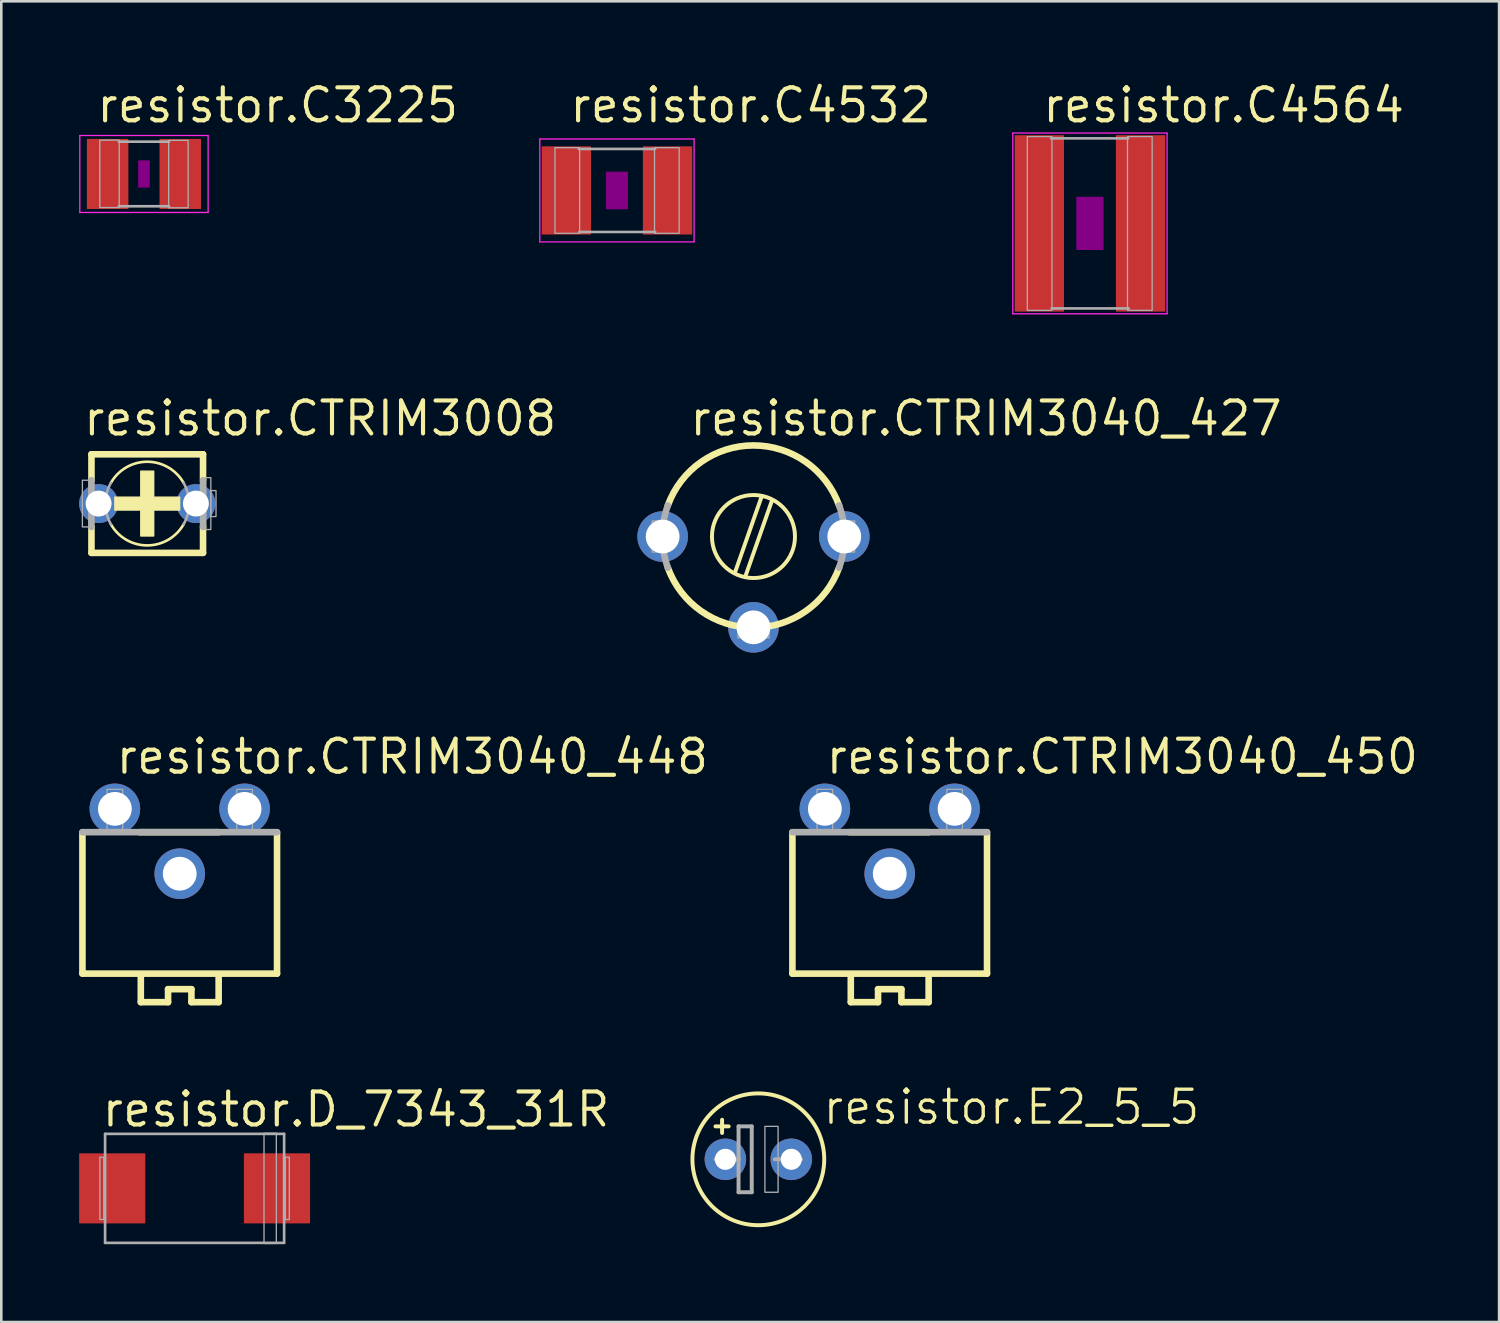
<source format=kicad_pcb>
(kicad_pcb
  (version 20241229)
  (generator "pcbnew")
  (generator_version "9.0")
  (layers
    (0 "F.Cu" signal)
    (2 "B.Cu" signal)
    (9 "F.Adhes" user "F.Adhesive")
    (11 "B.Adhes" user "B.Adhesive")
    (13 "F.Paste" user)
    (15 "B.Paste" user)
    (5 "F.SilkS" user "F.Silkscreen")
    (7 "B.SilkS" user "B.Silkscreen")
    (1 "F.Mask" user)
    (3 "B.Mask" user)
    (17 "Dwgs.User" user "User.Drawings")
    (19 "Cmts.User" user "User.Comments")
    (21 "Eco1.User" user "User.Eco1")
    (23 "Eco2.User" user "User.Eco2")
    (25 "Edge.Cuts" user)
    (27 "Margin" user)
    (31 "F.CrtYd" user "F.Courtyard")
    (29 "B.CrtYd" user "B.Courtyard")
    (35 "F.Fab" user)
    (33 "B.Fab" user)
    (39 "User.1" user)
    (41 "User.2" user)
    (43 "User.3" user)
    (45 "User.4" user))
  (footprint "resistor.CTRIM3040_427"
    (layer "F.Cu")
    (at 25.989 17.628)
    (property "Reference" "resistor.CTRIM3040_427" (at -2.54 -3.81 0) (layer "F.SilkS") (effects (font (size 1.27 1.27) (thickness 0.16)) (justify left bottom)))
    (attr through_hole)
    (fp_line (start -0.3 1.5) (end 0.7 -1.35) (stroke (width 0.152) (type default)) (layer "F.SilkS"))
    (fp_line (start 0.3 -1.5) (end -0.7 1.35) (stroke (width 0.152) (type default)) (layer "F.SilkS"))
    (fp_arc (start -3.3 -1.2) (mid 0 -3.51141) (end 3.3 -1.2) (stroke (width 0.254) (type default)) (layer "F.SilkS"))
    (fp_arc (start 3.3 1.2) (mid 0 3.51141) (end -3.3 1.2) (stroke (width 0.254) (type default)) (layer "F.SilkS"))
    (fp_circle (center 0 0) (end 1.6 0) (stroke (width 0.152) (type default)) (fill no) (layer "F.SilkS"))
    (fp_rect (start -3.9 0.6) (end -3.5 -0.6) (stroke (width 0.05) (type default)) (fill no) (layer "F.Fab"))
    (fp_rect (start -0.6 3.9) (end 0.6 3.5) (stroke (width 0.05) (type default)) (fill no) (layer "F.Fab"))
    (fp_rect (start 3.5 0.6) (end 3.9 -0.6) (stroke (width 0.05) (type default)) (fill no) (layer "F.Fab"))
    (fp_arc (start -3.3 1.2) (mid -3.51141 0) (end -3.3 -1.2) (stroke (width 0.254) (type default)) (layer "F.Fab"))
    (fp_arc (start 3.3 -1.2) (mid 3.51141 0) (end 3.3 1.2) (stroke (width 0.254) (type default)) (layer "F.Fab"))
    (pad "1A" thru_hole circle (at -3.5 0) (size 1.95 1.95) (drill 1.3) (layers "*.Cu" "*.Mask"))
    (pad "1B" thru_hole circle (at 3.5 0) (size 1.95 1.95) (drill 1.3) (layers "*.Cu" "*.Mask"))
    (pad "2" thru_hole circle (at 0 3.5) (size 1.95 1.95) (drill 1.3) (layers "*.Cu" "*.Mask")))
  (footprint "resistor.C4532"
    (layer "F.Cu")
    (at 20.727 4.29)
    (property "Reference" "resistor.C4532" (at -1.905 -2.54 0) (layer "F.SilkS") (effects (font (size 1.27 1.27) (thickness 0.16)) (justify left bottom)))
    (attr smd)
    (fp_rect (start -0.4 0.7) (end 0.4 -0.7) (stroke (width 0.05) (type default)) (fill yes) (layer "F.Adhes"))
    (fp_line (start -2.973 -1.983) (end 2.973 -1.983) (stroke (width 0.051) (type default)) (layer "F.CrtYd"))
    (fp_line (start -2.973 1.983) (end -2.973 -1.983) (stroke (width 0.051) (type default)) (layer "F.CrtYd"))
    (fp_line (start 2.973 -1.983) (end 2.973 1.983) (stroke (width 0.051) (type default)) (layer "F.CrtYd"))
    (fp_line (start 2.973 1.983) (end -2.973 1.983) (stroke (width 0.051) (type default)) (layer "F.CrtYd"))
    (fp_line (start -1.473 -1.6) (end 1.473 -1.6) (stroke (width 0.102) (type default)) (layer "F.Fab"))
    (fp_line (start -1.448 1.6) (end 1.473 1.6) (stroke (width 0.102) (type default)) (layer "F.Fab"))
    (fp_rect (start -2.388 1.651) (end -1.438 -1.649) (stroke (width 0.05) (type default)) (fill no) (layer "F.Fab"))
    (fp_rect (start 1.448 1.651) (end 2.398 -1.649) (stroke (width 0.05) (type default)) (fill no) (layer "F.Fab"))
    (pad "1" smd roundrect (at -1.95 0) (size 1.9 3.4) (layers "F.Cu" "F.Mask" "F.Paste") (roundrect_rratio 0.01))
    (pad "2" smd roundrect (at 1.95 0) (size 1.9 3.4) (layers "F.Cu" "F.Mask" "F.Paste") (roundrect_rratio 0.01)))
  (footprint "resistor.C4564"
    (layer "F.Cu")
    (at 38.956 5.56)
    (property "Reference" "resistor.C4564" (at -1.905 -3.81 0) (layer "F.SilkS") (effects (font (size 1.27 1.27) (thickness 0.16)) (justify left bottom)))
    (attr smd)
    (fp_rect (start -0.5 1) (end 0.5 -1) (stroke (width 0.05) (type default)) (fill yes) (layer "F.Adhes"))
    (fp_line (start -2.973 -3.483) (end 2.973 -3.483) (stroke (width 0.051) (type default)) (layer "F.CrtYd"))
    (fp_line (start -2.973 3.483) (end -2.973 -3.483) (stroke (width 0.051) (type default)) (layer "F.CrtYd"))
    (fp_line (start 2.973 -3.483) (end 2.973 3.483) (stroke (width 0.051) (type default)) (layer "F.CrtYd"))
    (fp_line (start 2.973 3.483) (end -2.973 3.483) (stroke (width 0.051) (type default)) (layer "F.CrtYd"))
    (fp_line (start -1.499 -3.277) (end 1.473 -3.277) (stroke (width 0.102) (type default)) (layer "F.Fab"))
    (fp_line (start -1.473 3.277) (end 1.499 3.277) (stroke (width 0.102) (type default)) (layer "F.Fab"))
    (fp_rect (start -2.413 3.353) (end -1.463 -3.347) (stroke (width 0.05) (type default)) (fill no) (layer "F.Fab"))
    (fp_rect (start 1.448 3.353) (end 2.398 -3.347) (stroke (width 0.05) (type default)) (fill no) (layer "F.Fab"))
    (pad "1" smd roundrect (at -1.95 0) (size 1.9 6.8) (layers "F.Cu" "F.Mask" "F.Paste") (roundrect_rratio 0.01))
    (pad "2" smd roundrect (at 1.95 0) (size 1.9 6.8) (layers "F.Cu" "F.Mask" "F.Paste") (roundrect_rratio 0.01)))
  (footprint "resistor.C3225"
    (layer "F.Cu")
    (at 2.498 3.655)
    (property "Reference" "resistor.C3225" (at -1.905 -1.905 0) (layer "F.SilkS") (effects (font (size 1.27 1.27) (thickness 0.16)) (justify left bottom)))
    (attr smd)
    (fp_rect (start -0.2 0.5) (end 0.2 -0.5) (stroke (width 0.05) (type default)) (fill yes) (layer "F.Adhes"))
    (fp_line (start -2.473 -1.483) (end 2.473 -1.483) (stroke (width 0.051) (type default)) (layer "F.CrtYd"))
    (fp_line (start -2.473 1.483) (end -2.473 -1.483) (stroke (width 0.051) (type default)) (layer "F.CrtYd"))
    (fp_line (start 2.473 -1.483) (end 2.473 1.483) (stroke (width 0.051) (type default)) (layer "F.CrtYd"))
    (fp_line (start 2.473 1.483) (end -2.473 1.483) (stroke (width 0.051) (type default)) (layer "F.CrtYd"))
    (fp_line (start -0.965 -1.245) (end 0.965 -1.245) (stroke (width 0.102) (type default)) (layer "F.Fab"))
    (fp_line (start -0.965 1.245) (end 0.965 1.245) (stroke (width 0.102) (type default)) (layer "F.Fab"))
    (fp_rect (start -1.702 1.295) (end -0.952 -1.304) (stroke (width 0.05) (type default)) (fill no) (layer "F.Fab"))
    (fp_rect (start 0.952 1.304) (end 1.702 -1.295) (stroke (width 0.05) (type default)) (fill no) (layer "F.Fab"))
    (pad "1" smd roundrect (at -1.4 0) (size 1.6 2.7) (layers "F.Cu" "F.Mask" "F.Paste") (roundrect_rratio 0.01))
    (pad "2" smd roundrect (at 1.4 0) (size 1.6 2.7) (layers "F.Cu" "F.Mask" "F.Paste") (roundrect_rratio 0.01)))
  (footprint "resistor.CTRIM3040_450"
    (layer "F.Cu")
    (at 31.24 31.933)
    (property "Reference" "resistor.CTRIM3040_450" (at -2.54 -5.08 0) (layer "F.SilkS") (effects (font (size 1.27 1.27) (thickness 0.16)) (justify left bottom)))
    (attr through_hole)
    (fp_line (start -3.75 2.54) (end -3.75 -2.91) (stroke (width 0.254) (type default)) (layer "F.SilkS"))
    (fp_line (start -1.55 -2.91) (end 1.5 -2.91) (stroke (width 0.254) (type default)) (layer "F.SilkS"))
    (fp_line (start -1.5 2.64) (end -1.5 3.64) (stroke (width 0.254) (type default)) (layer "F.SilkS"))
    (fp_line (start -1.5 3.64) (end -0.45 3.64) (stroke (width 0.254) (type default)) (layer "F.SilkS"))
    (fp_line (start -0.45 3.14) (end 0.45 3.14) (stroke (width 0.254) (type default)) (layer "F.SilkS"))
    (fp_line (start -0.45 3.64) (end -0.45 3.14) (stroke (width 0.254) (type default)) (layer "F.SilkS"))
    (fp_line (start 0.45 3.14) (end 0.45 3.64) (stroke (width 0.254) (type default)) (layer "F.SilkS"))
    (fp_line (start 0.45 3.64) (end 1.5 3.64) (stroke (width 0.254) (type default)) (layer "F.SilkS"))
    (fp_line (start 1.5 3.64) (end 1.5 2.64) (stroke (width 0.254) (type default)) (layer "F.SilkS"))
    (fp_line (start 3.75 -2.91) (end 3.75 2.54) (stroke (width 0.254) (type default)) (layer "F.SilkS"))
    (fp_line (start 3.75 2.54) (end -3.75 2.54) (stroke (width 0.254) (type default)) (layer "F.SilkS"))
    (fp_line (start -3.75 -2.91) (end 3.75 -2.91) (stroke (width 0.254) (type default)) (layer "F.Fab"))
    (fp_rect (start -2.8 -3.01) (end -2.2 -4.56) (stroke (width 0.05) (type default)) (fill no) (layer "F.Fab"))
    (fp_rect (start 2.2 -3.01) (end 2.8 -4.56) (stroke (width 0.05) (type default)) (fill no) (layer "F.Fab"))
    (pad "1A" thru_hole circle (at -2.5 -3.81) (size 1.95 1.95) (drill 1.3) (layers "*.Cu" "*.Mask"))
    (pad "1B" thru_hole circle (at 2.5 -3.81) (size 1.95 1.95) (drill 1.3) (layers "*.Cu" "*.Mask"))
    (pad "2" thru_hole circle (at 0 -1.31) (size 1.95 1.95) (drill 1.3) (layers "*.Cu" "*.Mask")))
  (footprint "resistor.E2_5_5"
    (layer "F.Cu")
    (at 26.176 41.63)
    (property "Reference" "resistor.E2_5_5" (at 2.413 -1.27 0) (layer "F.SilkS") (effects (font (size 1.27 1.27) (thickness 0.13)) (justify left bottom)))
    (attr through_hole)
    (fp_line (start -1.651 -1.27) (end -1.397 -1.27) (stroke (width 0.152) (type default)) (layer "F.SilkS"))
    (fp_line (start -1.397 -1.27) (end -1.397 -1.524) (stroke (width 0.152) (type default)) (layer "F.SilkS"))
    (fp_line (start -1.397 -1.27) (end -1.143 -1.27) (stroke (width 0.152) (type default)) (layer "F.SilkS"))
    (fp_line (start -1.397 -1.016) (end -1.397 -1.27) (stroke (width 0.152) (type default)) (layer "F.SilkS"))
    (fp_circle (center 0 0) (end 2.54 0) (stroke (width 0.152) (type default)) (fill no) (layer "F.SilkS"))
    (fp_line (start -1.651 0) (end -0.762 0) (stroke (width 0.152) (type default)) (layer "F.Fab"))
    (fp_line (start -0.762 -1.27) (end -0.762 0) (stroke (width 0.152) (type default)) (layer "F.Fab"))
    (fp_line (start -0.762 0) (end -0.762 1.27) (stroke (width 0.152) (type default)) (layer "F.Fab"))
    (fp_line (start -0.762 1.27) (end -0.254 1.27) (stroke (width 0.152) (type default)) (layer "F.Fab"))
    (fp_line (start -0.254 -1.27) (end -0.762 -1.27) (stroke (width 0.152) (type default)) (layer "F.Fab"))
    (fp_line (start -0.254 1.27) (end -0.254 -1.27) (stroke (width 0.152) (type default)) (layer "F.Fab"))
    (fp_line (start 0.635 0) (end 1.651 0) (stroke (width 0.152) (type default)) (layer "F.Fab"))
    (fp_rect (start 0.254 1.27) (end 0.762 -1.27) (stroke (width 0.05) (type default)) (fill no) (layer "F.Fab"))
    (pad "+" thru_hole circle (at -1.27 0) (size 1.6 1.6) (drill 0.813) (layers "*.Cu" "*.Mask"))
    (pad "-" thru_hole circle (at 1.27 0) (size 1.6 1.6) (drill 0.813) (layers "*.Cu" "*.Mask")))
  (footprint "resistor.CTRIM3008"
    (layer "F.Cu")
    (at 2.625 16.358)
    (property "Reference" "resistor.CTRIM3008" (at -2.54 -2.54 0) (layer "F.SilkS") (effects (font (size 1.27 1.27) (thickness 0.16)) (justify left bottom)))
    (attr through_hole)
    (fp_line (start -2.15 -1.9) (end 2.15 -1.9) (stroke (width 0.254) (type default)) (layer "F.SilkS"))
    (fp_line (start -2.15 -0.9) (end -2.15 -1.9) (stroke (width 0.254) (type default)) (layer "F.SilkS"))
    (fp_line (start -2.15 1.9) (end -2.15 0.9) (stroke (width 0.254) (type default)) (layer "F.SilkS"))
    (fp_line (start 2.15 -1.9) (end 2.15 -0.9) (stroke (width 0.254) (type default)) (layer "F.SilkS"))
    (fp_line (start 2.15 0.9) (end 2.15 1.9) (stroke (width 0.254) (type default)) (layer "F.SilkS"))
    (fp_line (start 2.15 1.9) (end -2.15 1.9) (stroke (width 0.254) (type default)) (layer "F.SilkS"))
    (fp_rect (start -1.25 0.25) (end 1.25 -0.25) (stroke (width 0.05) (type default)) (fill yes) (layer "F.SilkS"))
    (fp_rect (start -0.25 1.25) (end 0.25 -1.25) (stroke (width 0.05) (type default)) (fill yes) (layer "F.SilkS"))
    (fp_arc (start -1.4 -0.8) (mid 0 -1.612452) (end 1.4 -0.8) (stroke (width 0.1016) (type default)) (layer "F.SilkS"))
    (fp_arc (start 1.4 0.8) (mid 0 1.612452) (end -1.4 0.8) (stroke (width 0.1016) (type default)) (layer "F.SilkS"))
    (fp_line (start -2.15 0.9) (end -2.15 -0.9) (stroke (width 0.254) (type default)) (layer "F.Fab"))
    (fp_line (start 2.15 -0.9) (end 2.15 0.9) (stroke (width 0.254) (type default)) (layer "F.Fab"))
    (fp_rect (start -2.5 0.9) (end -2.25 -0.9) (stroke (width 0.05) (type default)) (fill no) (layer "F.Fab"))
    (fp_rect (start 2.25 1) (end 2.45 -1) (stroke (width 0.05) (type default)) (fill no) (layer "F.Fab"))
    (fp_rect (start 2.45 0.5) (end 2.65 -0.5) (stroke (width 0.05) (type default)) (fill no) (layer "F.Fab"))
    (fp_arc (start -1.4 0.8) (mid -1.612452 0) (end -1.4 -0.8) (stroke (width 0.1016) (type default)) (layer "F.Fab"))
    (fp_arc (start 1.4 -0.8) (mid 1.612452 0) (end 1.4 0.8) (stroke (width 0.1016) (type default)) (layer "F.Fab"))
    (pad "+" thru_hole circle (at -1.875 0) (size 1.5 1.5) (drill 1) (layers "*.Cu" "*.Mask"))
    (pad "-" thru_hole circle (at 1.875 0) (size 1.5 1.5) (drill 1) (layers "*.Cu" "*.Mask")))
  (footprint "resistor.D_7343_31R"
    (layer "F.Cu")
    (at 4.45 42.75)
    (property "Reference" "resistor.D_7343_31R" (at -3.65 -2.3 0) (layer "F.SilkS") (effects (font (size 1.27 1.27) (thickness 0.16)) (justify left bottom)))
    (attr smd)
    (fp_line (start -3.45 -2.1) (end 3.45 -2.1) (stroke (width 0.102) (type default)) (layer "F.Fab"))
    (fp_line (start -3.45 2.1) (end -3.45 -2.1) (stroke (width 0.102) (type default)) (layer "F.Fab"))
    (fp_line (start 3.45 -2.1) (end 3.45 2.1) (stroke (width 0.102) (type default)) (layer "F.Fab"))
    (fp_line (start 3.45 2.1) (end -3.45 2.1) (stroke (width 0.102) (type default)) (layer "F.Fab"))
    (fp_rect (start -3.65 1.2) (end -3.5 -1.2) (stroke (width 0.05) (type default)) (fill no) (layer "F.Fab"))
    (fp_rect (start 2.675 2.125) (end 3.15 -2.125) (stroke (width 0.05) (type default)) (fill no) (layer "F.Fab"))
    (fp_rect (start 3.5 1.2) (end 3.65 -1.2) (stroke (width 0.05) (type default)) (fill no) (layer "F.Fab"))
    (pad "+" smd roundrect (at 3.175 0) (size 2.55 2.7) (layers "F.Cu" "F.Mask" "F.Paste") (roundrect_rratio 0.01))
    (pad "-" smd roundrect (at -3.175 0) (size 2.55 2.7) (layers "F.Cu" "F.Mask" "F.Paste") (roundrect_rratio 0.01)))
  (footprint "resistor.CTRIM3040_448"
    (layer "F.Cu")
    (at 3.877 31.933)
    (property "Reference" "resistor.CTRIM3040_448" (at -2.54 -5.08 0) (layer "F.SilkS") (effects (font (size 1.27 1.27) (thickness 0.16)) (justify left bottom)))
    (attr through_hole)
    (fp_line (start -3.75 2.54) (end -3.75 -2.91) (stroke (width 0.254) (type default)) (layer "F.SilkS"))
    (fp_line (start -1.55 -2.91) (end 1.5 -2.91) (stroke (width 0.254) (type default)) (layer "F.SilkS"))
    (fp_line (start -1.5 2.64) (end -1.5 3.64) (stroke (width 0.254) (type default)) (layer "F.SilkS"))
    (fp_line (start -1.5 3.64) (end -0.45 3.64) (stroke (width 0.254) (type default)) (layer "F.SilkS"))
    (fp_line (start -0.45 3.14) (end 0.45 3.14) (stroke (width 0.254) (type default)) (layer "F.SilkS"))
    (fp_line (start -0.45 3.64) (end -0.45 3.14) (stroke (width 0.254) (type default)) (layer "F.SilkS"))
    (fp_line (start 0.45 3.14) (end 0.45 3.64) (stroke (width 0.254) (type default)) (layer "F.SilkS"))
    (fp_line (start 0.45 3.64) (end 1.5 3.64) (stroke (width 0.254) (type default)) (layer "F.SilkS"))
    (fp_line (start 1.5 3.64) (end 1.5 2.64) (stroke (width 0.254) (type default)) (layer "F.SilkS"))
    (fp_line (start 3.75 -2.91) (end 3.75 2.54) (stroke (width 0.254) (type default)) (layer "F.SilkS"))
    (fp_line (start 3.75 2.54) (end -3.75 2.54) (stroke (width 0.254) (type default)) (layer "F.SilkS"))
    (fp_line (start -3.75 -2.91) (end 3.75 -2.91) (stroke (width 0.254) (type default)) (layer "F.Fab"))
    (fp_rect (start -2.8 -3.01) (end -2.2 -4.56) (stroke (width 0.05) (type default)) (fill no) (layer "F.Fab"))
    (fp_rect (start 2.2 -3.01) (end 2.8 -4.56) (stroke (width 0.05) (type default)) (fill no) (layer "F.Fab"))
    (pad "1A" thru_hole circle (at -2.5 -3.81) (size 1.95 1.95) (drill 1.3) (layers "*.Cu" "*.Mask"))
    (pad "1B" thru_hole circle (at 2.5 -3.81) (size 1.95 1.95) (drill 1.3) (layers "*.Cu" "*.Mask"))
    (pad "2" thru_hole circle (at 0 -1.31) (size 1.95 1.95) (drill 1.3) (layers "*.Cu" "*.Mask")))
  (gr_rect
    (start -3 -3)
    (end 54.725 47.901)
    (stroke (width 0.1) (type default))
    (fill no)
    (layer "Edge.Cuts")))
</source>
